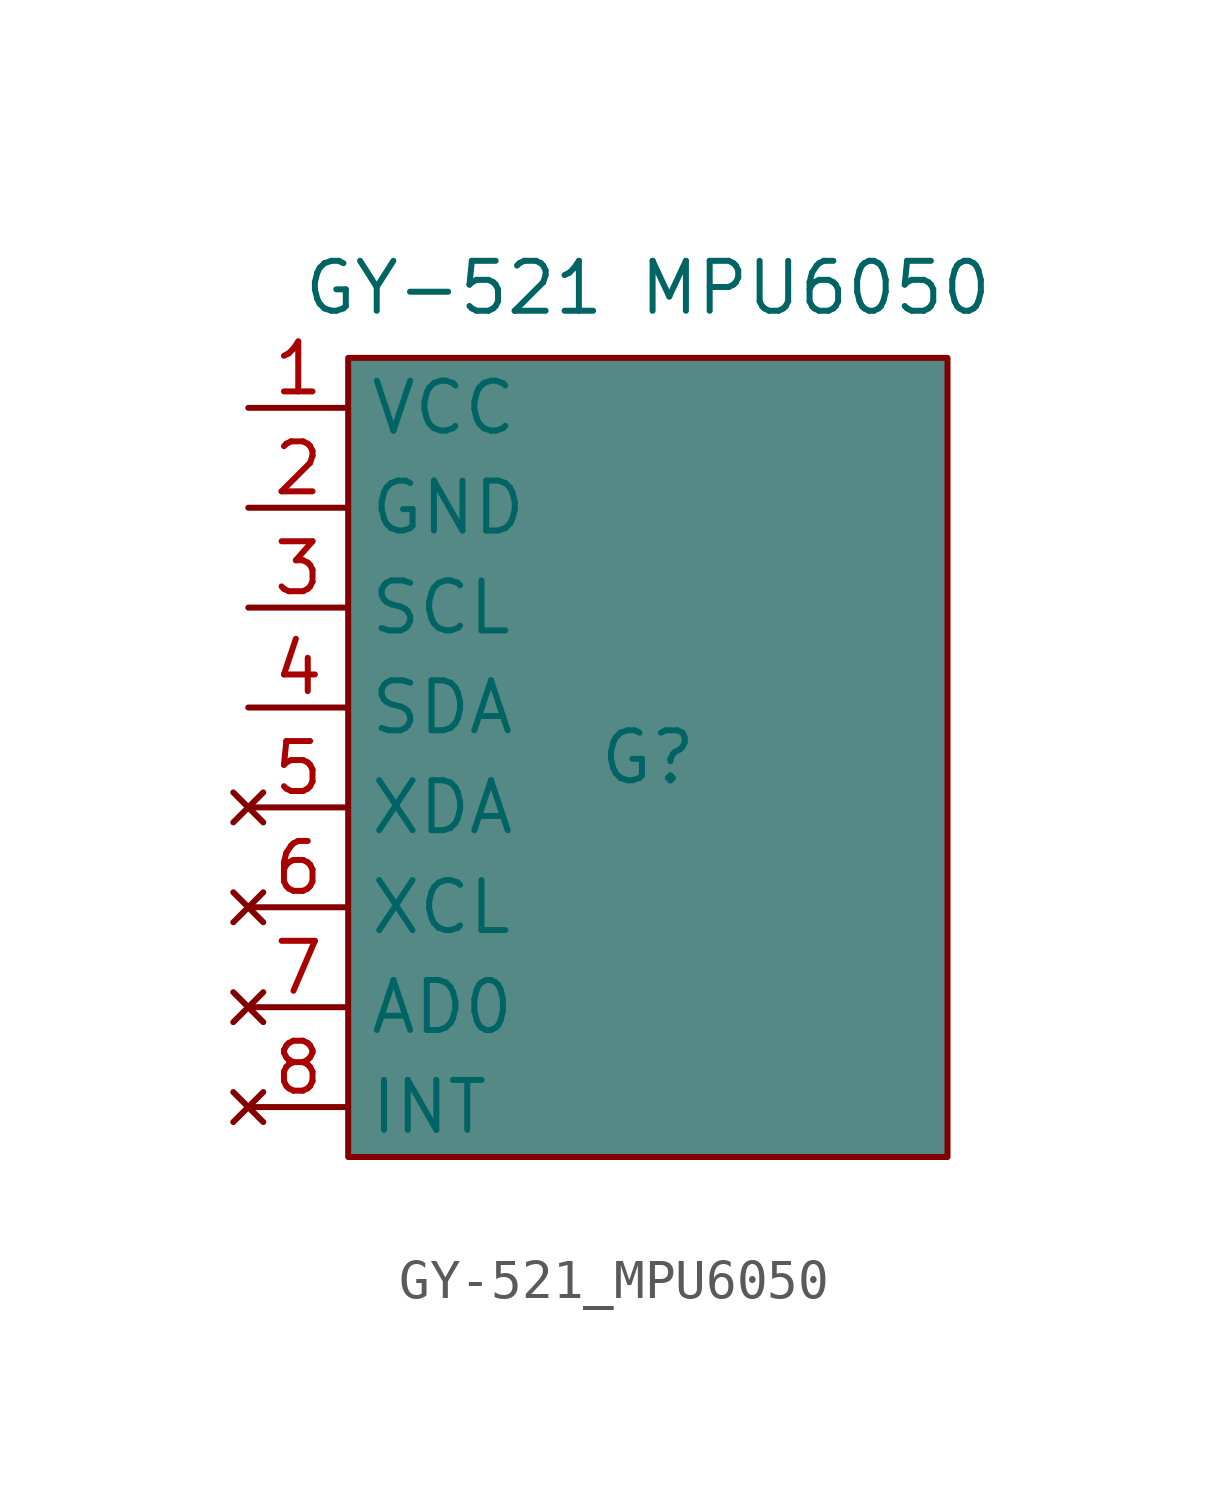
<source format=kicad_sym>
(kicad_symbol_lib
  (version 20241209)
  (generator "kicad_symbol_editor")
  (generator_version "9.0")
  (symbol "GY-521_MPU6050"
    (property "Reference" "G"
      (at 0 0 0)
      (effects (font (size 1.27 1.27))))
    (property "Value" "GY-521 MPU6050"
      (at 0 11.938 0)
      (effects (font (size 1.27 1.27))))
    (symbol "GY-521_MPU6050_0_1"
      (rectangle (start -7.62 10.16) (end 7.62 -10.16) (stroke (width 0) (type default)) (fill (type color) (color 84 137 133 1))))
    (symbol "GY-521_MPU6050_1_1"
      (pin power_in line (at -10.16 8.89 0) (length 2.54) (name "VCC" (effects (font (size 1.27 1.27)))) (number "1" (effects (font (size 1.27 1.27)))))
      (pin power_in line (at -10.16 6.35 0) (length 2.54) (name "GND" (effects (font (size 1.27 1.27)))) (number "2" (effects (font (size 1.27 1.27)))))
      (pin input line (at -10.16 3.81 0) (length 2.54) (name "SCL" (effects (font (size 1.27 1.27)))) (number "3" (effects (font (size 1.27 1.27)))))
      (pin bidirectional line (at -10.16 1.27 0) (length 2.54) (name "SDA" (effects (font (size 1.27 1.27)))) (number "4" (effects (font (size 1.27 1.27)))))
      (pin no_connect line (at -10.16 -1.27 0) (length 2.54) (name "XDA" (effects (font (size 1.27 1.27)))) (number "5" (effects (font (size 1.27 1.27)))))
      (pin no_connect line (at -10.16 -3.81 0) (length 2.54) (name "XCL" (effects (font (size 1.27 1.27)))) (number "6" (effects (font (size 1.27 1.27)))))
      (pin no_connect line (at -10.16 -6.35 0) (length 2.54) (name "AD0" (effects (font (size 1.27 1.27)))) (number "7" (effects (font (size 1.27 1.27)))))
      (pin no_connect line (at -10.16 -8.89 0) (length 2.54) (name "INT" (effects (font (size 1.27 1.27)))) (number "8" (effects (font (size 1.27 1.27))))))))
</source>
